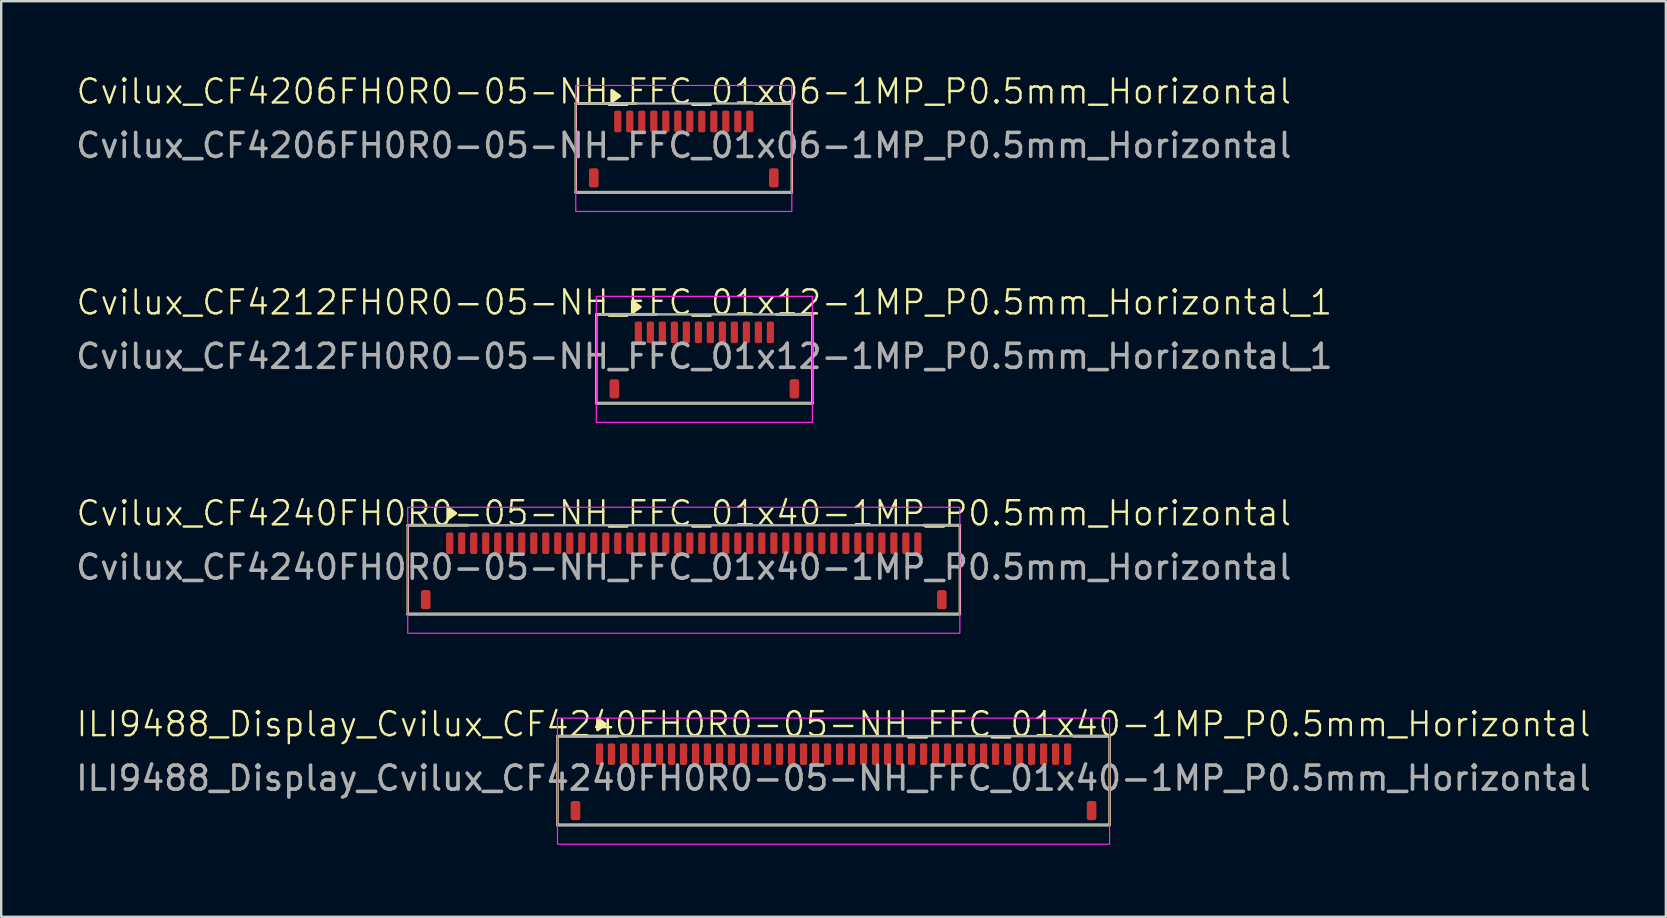
<source format=kicad_pcb>
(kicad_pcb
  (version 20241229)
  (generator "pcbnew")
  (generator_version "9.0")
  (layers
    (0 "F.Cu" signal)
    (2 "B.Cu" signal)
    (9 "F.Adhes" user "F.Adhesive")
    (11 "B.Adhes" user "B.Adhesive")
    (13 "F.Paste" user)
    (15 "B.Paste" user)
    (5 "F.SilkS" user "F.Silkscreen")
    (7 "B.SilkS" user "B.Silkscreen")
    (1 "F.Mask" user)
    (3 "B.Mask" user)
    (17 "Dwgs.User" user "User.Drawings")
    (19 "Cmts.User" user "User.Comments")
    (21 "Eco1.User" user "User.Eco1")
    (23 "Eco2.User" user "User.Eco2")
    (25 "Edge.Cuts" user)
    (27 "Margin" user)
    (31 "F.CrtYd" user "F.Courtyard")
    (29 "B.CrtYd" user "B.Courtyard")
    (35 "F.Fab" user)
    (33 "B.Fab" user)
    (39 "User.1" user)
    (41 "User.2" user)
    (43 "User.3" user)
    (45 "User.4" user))
  (footprint "Cvilux_CF4206FH0R0-05-NH_FFC_01x06-1MP_P0.5mm_Horizontal"
    (layer "F.Cu")
    (at 25.435 3.135)
    (property "Reference" "Cvilux_CF4206FH0R0-05-NH_FFC_01x06-1MP_P0.5mm_Horizontal" (at 0 -2.375 0) (unlocked yes) (layer "F.SilkS") (effects (font (size 1 1) (thickness 0.1))))
    (attr smd)
    (fp_line (start -4.5 -1.875) (end -4.5 1.825) (stroke (width 0.1) (type solid)) (layer "F.SilkS"))
    (fp_line (start -4.5 -1.875) (end -2 -1.875) (stroke (width 0.12) (type solid)) (layer "F.SilkS"))
    (fp_line (start 3 -1.875) (end 4.5 -1.875) (stroke (width 0.12) (type solid)) (layer "F.SilkS"))
    (fp_line (start 4.5 -1.875) (end 4.5 1.825) (stroke (width 0.1) (type default)) (layer "F.SilkS"))
    (fp_line (start 4.5 1.825) (end -4.5 1.825) (stroke (width 0.12) (type solid)) (layer "F.SilkS"))
    (fp_poly (pts (xy -2.67 -2.185) (xy -3 -1.945) (xy -3 -2.425)) (stroke (width 0.12) (type solid)) (fill yes) (layer "F.SilkS"))
    (fp_rect (start -4.5 -2.625) (end 4.5 2.625) (stroke (width 0.05) (type solid)) (fill no) (layer "F.CrtYd"))
    (fp_line (start -4.5 -1.875) (end 4.5 -1.875) (stroke (width 0.1) (type solid)) (layer "F.Fab"))
    (fp_line (start 4.5 1.825) (end -4.5 1.825) (stroke (width 0.1) (type solid)) (layer "F.Fab"))
    (fp_text user "${REFERENCE}" (at 0 -0.125 0) (layer "F.Fab") (effects (font (size 1 1) (thickness 0.15))))
    (pad "1" smd roundrect (at -2.75 -1.125) (size 0.3 0.9) (layers "F.Cu" "F.Mask" "F.Paste") (roundrect_rratio 0.25))
    (pad "2" smd roundrect (at -2.25 -1.125) (size 0.3 0.9) (layers "F.Cu" "F.Mask" "F.Paste") (roundrect_rratio 0.25))
    (pad "3" smd roundrect (at -1.75 -1.125) (size 0.3 0.9) (layers "F.Cu" "F.Mask" "F.Paste") (roundrect_rratio 0.25))
    (pad "4" smd roundrect (at -1.25 -1.125) (size 0.3 0.9) (layers "F.Cu" "F.Mask" "F.Paste") (roundrect_rratio 0.25))
    (pad "5" smd roundrect (at -0.75 -1.125) (size 0.3 0.9) (layers "F.Cu" "F.Mask" "F.Paste") (roundrect_rratio 0.25))
    (pad "6" smd roundrect (at -0.25 -1.125) (size 0.3 0.9) (layers "F.Cu" "F.Mask" "F.Paste") (roundrect_rratio 0.25))
    (pad "7" smd roundrect (at 0.25 -1.125) (size 0.3 0.9) (layers "F.Cu" "F.Mask" "F.Paste") (roundrect_rratio 0.25))
    (pad "8" smd roundrect (at 0.75 -1.125) (size 0.3 0.9) (layers "F.Cu" "F.Mask" "F.Paste") (roundrect_rratio 0.25))
    (pad "9" smd roundrect (at 1.25 -1.125) (size 0.3 0.9) (layers "F.Cu" "F.Mask" "F.Paste") (roundrect_rratio 0.25))
    (pad "10" smd roundrect (at 1.75 -1.125) (size 0.3 0.9) (layers "F.Cu" "F.Mask" "F.Paste") (roundrect_rratio 0.25))
    (pad "11" smd roundrect (at 2.25 -1.125) (size 0.3 0.9) (layers "F.Cu" "F.Mask" "F.Paste") (roundrect_rratio 0.25))
    (pad "12" smd roundrect (at 2.75 -1.125) (size 0.3 0.9) (layers "F.Cu" "F.Mask" "F.Paste") (roundrect_rratio 0.25))
    (pad "MP" smd roundrect (at -3.75 1.225) (size 0.4 0.8) (layers "F.Cu" "F.Mask" "F.Paste") (roundrect_rratio 0.25))
    (pad "MP" smd roundrect (at 3.75 1.225) (size 0.4 0.8) (layers "F.Cu" "F.Mask" "F.Paste") (roundrect_rratio 0.25)))
  (footprint "Cvilux_CF4212FH0R0-05-NH_FFC_01x12-1MP_P0.5mm_Horizontal_1"
    (layer "F.Cu")
    (at 26.292 11.921)
    (property "Reference" "Cvilux_CF4212FH0R0-05-NH_FFC_01x12-1MP_P0.5mm_Horizontal_1" (at 0 -2.375 0) (unlocked yes) (layer "F.SilkS") (effects (font (size 1 1) (thickness 0.1))))
    (attr smd)
    (fp_line (start -4.5 -1.875) (end -4.5 1.825) (stroke (width 0.1) (type solid)) (layer "F.SilkS"))
    (fp_line (start -4.5 -1.875) (end -2 -1.875) (stroke (width 0.12) (type solid)) (layer "F.SilkS"))
    (fp_line (start 3 -1.875) (end 4.5 -1.875) (stroke (width 0.12) (type solid)) (layer "F.SilkS"))
    (fp_line (start 4.5 -1.875) (end 4.5 1.825) (stroke (width 0.1) (type default)) (layer "F.SilkS"))
    (fp_line (start 4.5 1.825) (end -4.5 1.825) (stroke (width 0.12) (type solid)) (layer "F.SilkS"))
    (fp_poly (pts (xy -2.67 -2.185) (xy -3 -1.945) (xy -3 -2.425)) (stroke (width 0.12) (type solid)) (fill yes) (layer "F.SilkS"))
    (fp_rect (start -4.5 -2.625) (end 4.5 2.625) (stroke (width 0.05) (type solid)) (fill no) (layer "F.CrtYd"))
    (fp_line (start -4.5 -1.875) (end 4.5 -1.875) (stroke (width 0.1) (type solid)) (layer "F.Fab"))
    (fp_line (start 4.5 1.825) (end -4.5 1.825) (stroke (width 0.1) (type solid)) (layer "F.Fab"))
    (fp_text user "${REFERENCE}" (at 0 -0.125 0) (layer "F.Fab") (effects (font (size 1 1) (thickness 0.15))))
    (pad "1" smd roundrect (at -2.75 -1.125) (size 0.3 0.9) (layers "F.Cu" "F.Mask" "F.Paste") (roundrect_rratio 0.25))
    (pad "2" smd roundrect (at -2.25 -1.125) (size 0.3 0.9) (layers "F.Cu" "F.Mask" "F.Paste") (roundrect_rratio 0.25))
    (pad "3" smd roundrect (at -1.75 -1.125) (size 0.3 0.9) (layers "F.Cu" "F.Mask" "F.Paste") (roundrect_rratio 0.25))
    (pad "4" smd roundrect (at -1.25 -1.125) (size 0.3 0.9) (layers "F.Cu" "F.Mask" "F.Paste") (roundrect_rratio 0.25))
    (pad "5" smd roundrect (at -0.75 -1.125) (size 0.3 0.9) (layers "F.Cu" "F.Mask" "F.Paste") (roundrect_rratio 0.25))
    (pad "6" smd roundrect (at -0.25 -1.125) (size 0.3 0.9) (layers "F.Cu" "F.Mask" "F.Paste") (roundrect_rratio 0.25))
    (pad "7" smd roundrect (at 0.25 -1.125) (size 0.3 0.9) (layers "F.Cu" "F.Mask" "F.Paste") (roundrect_rratio 0.25))
    (pad "8" smd roundrect (at 0.75 -1.125) (size 0.3 0.9) (layers "F.Cu" "F.Mask" "F.Paste") (roundrect_rratio 0.25))
    (pad "9" smd roundrect (at 1.25 -1.125) (size 0.3 0.9) (layers "F.Cu" "F.Mask" "F.Paste") (roundrect_rratio 0.25))
    (pad "10" smd roundrect (at 1.75 -1.125) (size 0.3 0.9) (layers "F.Cu" "F.Mask" "F.Paste") (roundrect_rratio 0.25))
    (pad "11" smd roundrect (at 2.25 -1.125) (size 0.3 0.9) (layers "F.Cu" "F.Mask" "F.Paste") (roundrect_rratio 0.25))
    (pad "12" smd roundrect (at 2.75 -1.125) (size 0.3 0.9) (layers "F.Cu" "F.Mask" "F.Paste") (roundrect_rratio 0.25))
    (pad "MP" smd roundrect (at -3.75 1.225) (size 0.4 0.8) (layers "F.Cu" "F.Mask" "F.Paste") (roundrect_rratio 0.25))
    (pad "MP" smd roundrect (at 3.75 1.225) (size 0.4 0.8) (layers "F.Cu" "F.Mask" "F.Paste") (roundrect_rratio 0.25)))
  (footprint "Cvilux_CF4240FH0R0-05-NH_FFC_01x40-1MP_P0.5mm_Horizontal"
    (layer "F.Cu")
    (at 25.435 20.706)
    (property "Reference" "Cvilux_CF4240FH0R0-05-NH_FFC_01x40-1MP_P0.5mm_Horizontal" (at 0 -2.375 0) (unlocked yes) (layer "F.SilkS") (effects (font (size 1 1) (thickness 0.1))))
    (attr smd)
    (fp_line (start -11.5 -1.875) (end -11.5 1.825) (stroke (width 0.1) (type solid)) (layer "F.SilkS"))
    (fp_line (start -11.5 -1.875) (end -9 -1.875) (stroke (width 0.12) (type solid)) (layer "F.SilkS"))
    (fp_line (start 10 -1.875) (end 11.5 -1.875) (stroke (width 0.12) (type solid)) (layer "F.SilkS"))
    (fp_line (start 11.5 -1.875) (end 11.5 1.825) (stroke (width 0.1) (type default)) (layer "F.SilkS"))
    (fp_line (start 11.5 1.825) (end -11.5 1.825) (stroke (width 0.12) (type solid)) (layer "F.SilkS"))
    (fp_poly (pts (xy -9.5 -2.375) (xy -9.83 -2.135) (xy -9.83 -2.615)) (stroke (width 0.12) (type solid)) (fill yes) (layer "F.SilkS"))
    (fp_rect (start -11.5 -2.625) (end 11.5 2.625) (stroke (width 0.05) (type solid)) (fill no) (layer "F.CrtYd"))
    (fp_line (start -11.5 -1.875) (end 11.5 -1.875) (stroke (width 0.1) (type solid)) (layer "F.Fab"))
    (fp_line (start 11.5 1.825) (end -11.5 1.825) (stroke (width 0.1) (type solid)) (layer "F.Fab"))
    (fp_text user "${REFERENCE}" (at 0 -0.125 0) (layer "F.Fab") (effects (font (size 1 1) (thickness 0.15))))
    (pad "1" smd roundrect (at -9.75 -1.125) (size 0.3 0.9) (layers "F.Cu" "F.Mask" "F.Paste") (roundrect_rratio 0.25))
    (pad "2" smd roundrect (at -9.25 -1.125) (size 0.3 0.9) (layers "F.Cu" "F.Mask" "F.Paste") (roundrect_rratio 0.25))
    (pad "3" smd roundrect (at -8.75 -1.125) (size 0.3 0.9) (layers "F.Cu" "F.Mask" "F.Paste") (roundrect_rratio 0.25))
    (pad "4" smd roundrect (at -8.25 -1.125) (size 0.3 0.9) (layers "F.Cu" "F.Mask" "F.Paste") (roundrect_rratio 0.25))
    (pad "5" smd roundrect (at -7.75 -1.125) (size 0.3 0.9) (layers "F.Cu" "F.Mask" "F.Paste") (roundrect_rratio 0.25))
    (pad "6" smd roundrect (at -7.25 -1.125) (size 0.3 0.9) (layers "F.Cu" "F.Mask" "F.Paste") (roundrect_rratio 0.25))
    (pad "7" smd roundrect (at -6.75 -1.125) (size 0.3 0.9) (layers "F.Cu" "F.Mask" "F.Paste") (roundrect_rratio 0.25))
    (pad "8" smd roundrect (at -6.25 -1.125) (size 0.3 0.9) (layers "F.Cu" "F.Mask" "F.Paste") (roundrect_rratio 0.25))
    (pad "9" smd roundrect (at -5.75 -1.125) (size 0.3 0.9) (layers "F.Cu" "F.Mask" "F.Paste") (roundrect_rratio 0.25))
    (pad "10" smd roundrect (at -5.25 -1.125) (size 0.3 0.9) (layers "F.Cu" "F.Mask" "F.Paste") (roundrect_rratio 0.25))
    (pad "11" smd roundrect (at -4.75 -1.125) (size 0.3 0.9) (layers "F.Cu" "F.Mask" "F.Paste") (roundrect_rratio 0.25))
    (pad "12" smd roundrect (at -4.25 -1.125) (size 0.3 0.9) (layers "F.Cu" "F.Mask" "F.Paste") (roundrect_rratio 0.25))
    (pad "13" smd roundrect (at -3.75 -1.125) (size 0.3 0.9) (layers "F.Cu" "F.Mask" "F.Paste") (roundrect_rratio 0.25))
    (pad "14" smd roundrect (at -3.25 -1.125) (size 0.3 0.9) (layers "F.Cu" "F.Mask" "F.Paste") (roundrect_rratio 0.25))
    (pad "15" smd roundrect (at -2.75 -1.125) (size 0.3 0.9) (layers "F.Cu" "F.Mask" "F.Paste") (roundrect_rratio 0.25))
    (pad "16" smd roundrect (at -2.25 -1.125) (size 0.3 0.9) (layers "F.Cu" "F.Mask" "F.Paste") (roundrect_rratio 0.25))
    (pad "17" smd roundrect (at -1.75 -1.125) (size 0.3 0.9) (layers "F.Cu" "F.Mask" "F.Paste") (roundrect_rratio 0.25))
    (pad "18" smd roundrect (at -1.25 -1.125) (size 0.3 0.9) (layers "F.Cu" "F.Mask" "F.Paste") (roundrect_rratio 0.25))
    (pad "19" smd roundrect (at -0.75 -1.125) (size 0.3 0.9) (layers "F.Cu" "F.Mask" "F.Paste") (roundrect_rratio 0.25))
    (pad "20" smd roundrect (at -0.25 -1.125) (size 0.3 0.9) (layers "F.Cu" "F.Mask" "F.Paste") (roundrect_rratio 0.25))
    (pad "21" smd roundrect (at 0.25 -1.125) (size 0.3 0.9) (layers "F.Cu" "F.Mask" "F.Paste") (roundrect_rratio 0.25))
    (pad "22" smd roundrect (at 0.75 -1.125) (size 0.3 0.9) (layers "F.Cu" "F.Mask" "F.Paste") (roundrect_rratio 0.25))
    (pad "23" smd roundrect (at 1.25 -1.125) (size 0.3 0.9) (layers "F.Cu" "F.Mask" "F.Paste") (roundrect_rratio 0.25))
    (pad "24" smd roundrect (at 1.75 -1.125) (size 0.3 0.9) (layers "F.Cu" "F.Mask" "F.Paste") (roundrect_rratio 0.25))
    (pad "25" smd roundrect (at 2.25 -1.125) (size 0.3 0.9) (layers "F.Cu" "F.Mask" "F.Paste") (roundrect_rratio 0.25))
    (pad "26" smd roundrect (at 2.75 -1.125) (size 0.3 0.9) (layers "F.Cu" "F.Mask" "F.Paste") (roundrect_rratio 0.25))
    (pad "27" smd roundrect (at 3.25 -1.125) (size 0.3 0.9) (layers "F.Cu" "F.Mask" "F.Paste") (roundrect_rratio 0.25))
    (pad "28" smd roundrect (at 3.75 -1.125) (size 0.3 0.9) (layers "F.Cu" "F.Mask" "F.Paste") (roundrect_rratio 0.25))
    (pad "29" smd roundrect (at 4.25 -1.125) (size 0.3 0.9) (layers "F.Cu" "F.Mask" "F.Paste") (roundrect_rratio 0.25))
    (pad "30" smd roundrect (at 4.75 -1.125) (size 0.3 0.9) (layers "F.Cu" "F.Mask" "F.Paste") (roundrect_rratio 0.25))
    (pad "31" smd roundrect (at 5.25 -1.125) (size 0.3 0.9) (layers "F.Cu" "F.Mask" "F.Paste") (roundrect_rratio 0.25))
    (pad "32" smd roundrect (at 5.75 -1.125) (size 0.3 0.9) (layers "F.Cu" "F.Mask" "F.Paste") (roundrect_rratio 0.25))
    (pad "33" smd roundrect (at 6.25 -1.125) (size 0.3 0.9) (layers "F.Cu" "F.Mask" "F.Paste") (roundrect_rratio 0.25))
    (pad "34" smd roundrect (at 6.75 -1.125) (size 0.3 0.9) (layers "F.Cu" "F.Mask" "F.Paste") (roundrect_rratio 0.25))
    (pad "35" smd roundrect (at 7.25 -1.125) (size 0.3 0.9) (layers "F.Cu" "F.Mask" "F.Paste") (roundrect_rratio 0.25))
    (pad "36" smd roundrect (at 7.75 -1.125) (size 0.3 0.9) (layers "F.Cu" "F.Mask" "F.Paste") (roundrect_rratio 0.25))
    (pad "37" smd roundrect (at 8.25 -1.125) (size 0.3 0.9) (layers "F.Cu" "F.Mask" "F.Paste") (roundrect_rratio 0.25))
    (pad "38" smd roundrect (at 8.75 -1.125) (size 0.3 0.9) (layers "F.Cu" "F.Mask" "F.Paste") (roundrect_rratio 0.25))
    (pad "39" smd roundrect (at 9.25 -1.125) (size 0.3 0.9) (layers "F.Cu" "F.Mask" "F.Paste") (roundrect_rratio 0.25))
    (pad "40" smd roundrect (at 9.75 -1.125) (size 0.3 0.9) (layers "F.Cu" "F.Mask" "F.Paste") (roundrect_rratio 0.25))
    (pad "MP" smd roundrect (at -10.75 1.225) (size 0.4 0.8) (layers "F.Cu" "F.Mask" "F.Paste") (roundrect_rratio 0.25))
    (pad "MP" smd roundrect (at 10.75 1.225) (size 0.4 0.8) (layers "F.Cu" "F.Mask" "F.Paste") (roundrect_rratio 0.25)))
  (footprint "ILI9488_Display_Cvilux_CF4240FH0R0-05-NH_FFC_01x40-1MP_P0.5mm_Horizontal"
    (layer "F.Cu")
    (at 31.673 29.492)
    (property "Reference" "ILI9488_Display_Cvilux_CF4240FH0R0-05-NH_FFC_01x40-1MP_P0.5mm_Horizontal" (at 0 -2.375 0) (unlocked yes) (layer "F.SilkS") (effects (font (size 1 1) (thickness 0.1))))
    (attr smd)
    (fp_line (start -11.5 -1.875) (end -11.5 1.825) (stroke (width 0.1) (type solid)) (layer "F.SilkS"))
    (fp_line (start -11.5 -1.875) (end -9 -1.875) (stroke (width 0.12) (type solid)) (layer "F.SilkS"))
    (fp_line (start 10 -1.875) (end 11.5 -1.875) (stroke (width 0.12) (type solid)) (layer "F.SilkS"))
    (fp_line (start 11.5 -1.875) (end 11.5 1.825) (stroke (width 0.1) (type default)) (layer "F.SilkS"))
    (fp_line (start 11.5 1.825) (end -11.5 1.825) (stroke (width 0.12) (type solid)) (layer "F.SilkS"))
    (fp_poly (pts (xy -9.5 -2.375) (xy -9.83 -2.135) (xy -9.83 -2.615)) (stroke (width 0.12) (type solid)) (fill yes) (layer "F.SilkS"))
    (fp_rect (start -11.5 -2.625) (end 11.5 2.625) (stroke (width 0.05) (type solid)) (fill no) (layer "F.CrtYd"))
    (fp_line (start -11.5 -1.875) (end 11.5 -1.875) (stroke (width 0.1) (type solid)) (layer "F.Fab"))
    (fp_line (start 11.5 1.825) (end -11.5 1.825) (stroke (width 0.1) (type solid)) (layer "F.Fab"))
    (fp_text user "${REFERENCE}" (at 0 -0.125 0) (layer "F.Fab") (effects (font (size 1 1) (thickness 0.15))))
    (pad "1" smd roundrect (at -9.75 -1.125) (size 0.3 0.9) (layers "F.Cu" "F.Mask" "F.Paste") (roundrect_rratio 0.25))
    (pad "2" smd roundrect (at -9.25 -1.125) (size 0.3 0.9) (layers "F.Cu" "F.Mask" "F.Paste") (roundrect_rratio 0.25))
    (pad "3" smd roundrect (at -8.75 -1.125) (size 0.3 0.9) (layers "F.Cu" "F.Mask" "F.Paste") (roundrect_rratio 0.25))
    (pad "4" smd roundrect (at -8.25 -1.125) (size 0.3 0.9) (layers "F.Cu" "F.Mask" "F.Paste") (roundrect_rratio 0.25))
    (pad "5" smd roundrect (at -7.75 -1.125) (size 0.3 0.9) (layers "F.Cu" "F.Mask" "F.Paste") (roundrect_rratio 0.25))
    (pad "6" smd roundrect (at -7.25 -1.125) (size 0.3 0.9) (layers "F.Cu" "F.Mask" "F.Paste") (roundrect_rratio 0.25))
    (pad "7" smd roundrect (at -6.75 -1.125) (size 0.3 0.9) (layers "F.Cu" "F.Mask" "F.Paste") (roundrect_rratio 0.25))
    (pad "8" smd roundrect (at -6.25 -1.125) (size 0.3 0.9) (layers "F.Cu" "F.Mask" "F.Paste") (roundrect_rratio 0.25))
    (pad "9" smd roundrect (at -5.75 -1.125) (size 0.3 0.9) (layers "F.Cu" "F.Mask" "F.Paste") (roundrect_rratio 0.25))
    (pad "10" smd roundrect (at -5.25 -1.125) (size 0.3 0.9) (layers "F.Cu" "F.Mask" "F.Paste") (roundrect_rratio 0.25))
    (pad "11" smd roundrect (at -4.75 -1.125) (size 0.3 0.9) (layers "F.Cu" "F.Mask" "F.Paste") (roundrect_rratio 0.25))
    (pad "12" smd roundrect (at -4.25 -1.125) (size 0.3 0.9) (layers "F.Cu" "F.Mask" "F.Paste") (roundrect_rratio 0.25))
    (pad "13" smd roundrect (at -3.75 -1.125) (size 0.3 0.9) (layers "F.Cu" "F.Mask" "F.Paste") (roundrect_rratio 0.25))
    (pad "14" smd roundrect (at -3.25 -1.125) (size 0.3 0.9) (layers "F.Cu" "F.Mask" "F.Paste") (roundrect_rratio 0.25))
    (pad "15" smd roundrect (at -2.75 -1.125) (size 0.3 0.9) (layers "F.Cu" "F.Mask" "F.Paste") (roundrect_rratio 0.25))
    (pad "16" smd roundrect (at -2.25 -1.125) (size 0.3 0.9) (layers "F.Cu" "F.Mask" "F.Paste") (roundrect_rratio 0.25))
    (pad "17" smd roundrect (at -1.75 -1.125) (size 0.3 0.9) (layers "F.Cu" "F.Mask" "F.Paste") (roundrect_rratio 0.25))
    (pad "18" smd roundrect (at -1.25 -1.125) (size 0.3 0.9) (layers "F.Cu" "F.Mask" "F.Paste") (roundrect_rratio 0.25))
    (pad "19" smd roundrect (at -0.75 -1.125) (size 0.3 0.9) (layers "F.Cu" "F.Mask" "F.Paste") (roundrect_rratio 0.25))
    (pad "20" smd roundrect (at -0.25 -1.125) (size 0.3 0.9) (layers "F.Cu" "F.Mask" "F.Paste") (roundrect_rratio 0.25))
    (pad "21" smd roundrect (at 0.25 -1.125) (size 0.3 0.9) (layers "F.Cu" "F.Mask" "F.Paste") (roundrect_rratio 0.25))
    (pad "22" smd roundrect (at 0.75 -1.125) (size 0.3 0.9) (layers "F.Cu" "F.Mask" "F.Paste") (roundrect_rratio 0.25))
    (pad "23" smd roundrect (at 1.25 -1.125) (size 0.3 0.9) (layers "F.Cu" "F.Mask" "F.Paste") (roundrect_rratio 0.25))
    (pad "24" smd roundrect (at 1.75 -1.125) (size 0.3 0.9) (layers "F.Cu" "F.Mask" "F.Paste") (roundrect_rratio 0.25))
    (pad "25" smd roundrect (at 2.25 -1.125) (size 0.3 0.9) (layers "F.Cu" "F.Mask" "F.Paste") (roundrect_rratio 0.25))
    (pad "26" smd roundrect (at 2.75 -1.125) (size 0.3 0.9) (layers "F.Cu" "F.Mask" "F.Paste") (roundrect_rratio 0.25))
    (pad "27" smd roundrect (at 3.25 -1.125) (size 0.3 0.9) (layers "F.Cu" "F.Mask" "F.Paste") (roundrect_rratio 0.25))
    (pad "28" smd roundrect (at 3.75 -1.125) (size 0.3 0.9) (layers "F.Cu" "F.Mask" "F.Paste") (roundrect_rratio 0.25))
    (pad "29" smd roundrect (at 4.25 -1.125) (size 0.3 0.9) (layers "F.Cu" "F.Mask" "F.Paste") (roundrect_rratio 0.25))
    (pad "30" smd roundrect (at 4.75 -1.125) (size 0.3 0.9) (layers "F.Cu" "F.Mask" "F.Paste") (roundrect_rratio 0.25))
    (pad "31" smd roundrect (at 5.25 -1.125) (size 0.3 0.9) (layers "F.Cu" "F.Mask" "F.Paste") (roundrect_rratio 0.25))
    (pad "32" smd roundrect (at 5.75 -1.125) (size 0.3 0.9) (layers "F.Cu" "F.Mask" "F.Paste") (roundrect_rratio 0.25))
    (pad "33" smd roundrect (at 6.25 -1.125) (size 0.3 0.9) (layers "F.Cu" "F.Mask" "F.Paste") (roundrect_rratio 0.25))
    (pad "34" smd roundrect (at 6.75 -1.125) (size 0.3 0.9) (layers "F.Cu" "F.Mask" "F.Paste") (roundrect_rratio 0.25))
    (pad "35" smd roundrect (at 7.25 -1.125) (size 0.3 0.9) (layers "F.Cu" "F.Mask" "F.Paste") (roundrect_rratio 0.25))
    (pad "36" smd roundrect (at 7.75 -1.125) (size 0.3 0.9) (layers "F.Cu" "F.Mask" "F.Paste") (roundrect_rratio 0.25))
    (pad "37" smd roundrect (at 8.25 -1.125) (size 0.3 0.9) (layers "F.Cu" "F.Mask" "F.Paste") (roundrect_rratio 0.25))
    (pad "38" smd roundrect (at 8.75 -1.125) (size 0.3 0.9) (layers "F.Cu" "F.Mask" "F.Paste") (roundrect_rratio 0.25))
    (pad "39" smd roundrect (at 9.25 -1.125) (size 0.3 0.9) (layers "F.Cu" "F.Mask" "F.Paste") (roundrect_rratio 0.25))
    (pad "40" smd roundrect (at 9.75 -1.125) (size 0.3 0.9) (layers "F.Cu" "F.Mask" "F.Paste") (roundrect_rratio 0.25))
    (pad "MP" smd roundrect (at -10.75 1.225) (size 0.4 0.8) (layers "F.Cu" "F.Mask" "F.Paste") (roundrect_rratio 0.25))
    (pad "MP" smd roundrect (at 10.75 1.225) (size 0.4 0.8) (layers "F.Cu" "F.Mask" "F.Paste") (roundrect_rratio 0.25)))
  (gr_rect
    (start -3 -3)
    (end 66.345 35.142)
    (stroke (width 0.1) (type default))
    (fill no)
    (layer "Edge.Cuts")))
</source>
